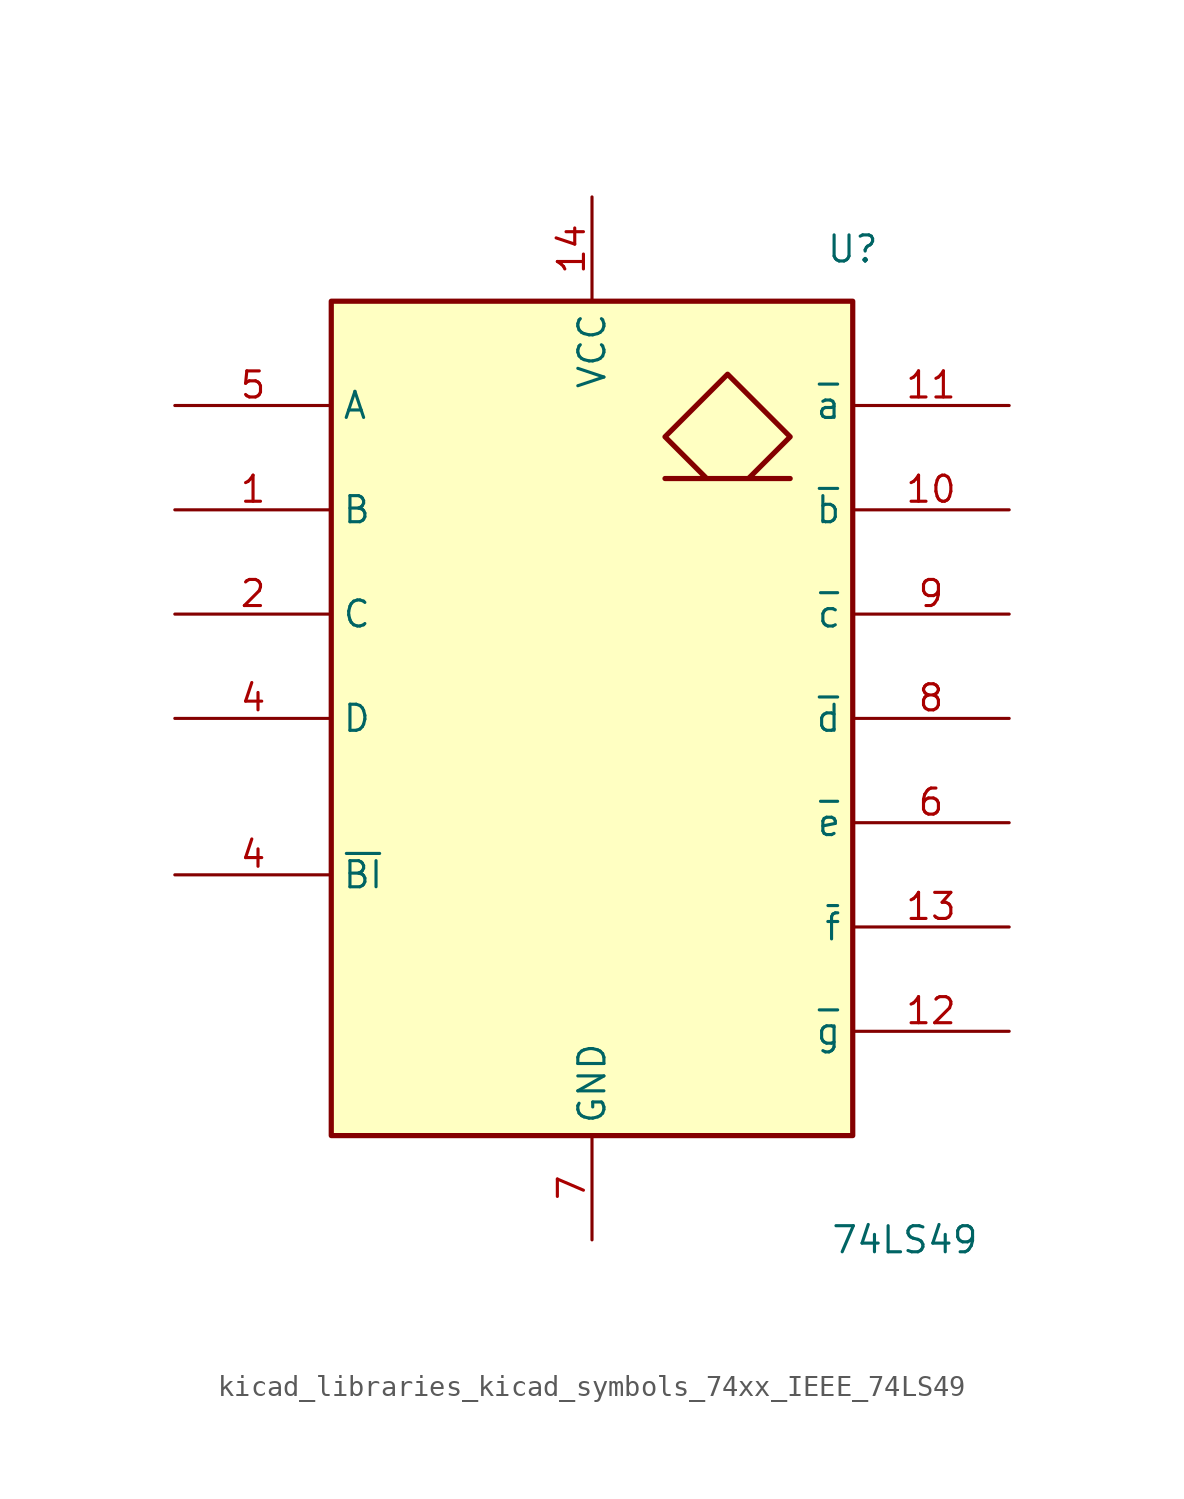
<source format=kicad_sym>
(kicad_symbol_lib
  (version 20220914)
  (generator kicad_symbol_editor)
  (symbol "kicad_libraries_kicad_symbols_74xx_IEEE_74LS49"
    (property "Reference" "U"
      (at 12.7 22.86 0)
      (effects (font (size 1.27 1.27))))
    (property "Value" "74LS49"
      (at 15.24 -25.4 0)
      (effects (font (size 1.27 1.27))))
    (symbol "kicad_libraries_kicad_symbols_74xx_IEEE_74LS49_0_0"
      (rectangle (start -12.7 20.32) (end 12.7 -20.32) (stroke (width 0.254) (type default)) (fill (type background)))
      (polyline (pts (xy 7.62 11.684) (xy 9.652 13.716) (xy 6.604 16.764) (xy 3.556 13.716) (xy 5.588 11.684) (xy 3.556 11.684) (xy 9.652 11.684) (xy 9.652 11.684)) (stroke (width 0.254) (type default)) (fill (type background)))
      (pin power_in line (at 0 25.4 270) (length 5.08) (name "VCC" (effects (font (size 1.27 1.27)))) (number "14" (effects (font (size 1.27 1.27)))))
      (pin power_in line (at 0 -25.4 90) (length 5.08) (name "GND" (effects (font (size 1.27 1.27)))) (number "7" (effects (font (size 1.27 1.27))))))
    (symbol "kicad_libraries_kicad_symbols_74xx_IEEE_74LS49_1_1"
      (pin input line (at -20.32 10.16 0) (length 7.62) (name "B" (effects (font (size 1.27 1.27)))) (number "1" (effects (font (size 1.27 1.27)))))
      (pin open_collector line (at 20.32 10.16 180) (length 7.62) (name "~{b}" (effects (font (size 1.27 1.27)))) (number "10" (effects (font (size 1.27 1.27)))))
      (pin open_collector line (at 20.32 15.24 180) (length 7.62) (name "~{a}" (effects (font (size 1.27 1.27)))) (number "11" (effects (font (size 1.27 1.27)))))
      (pin open_collector line (at 20.32 -15.24 180) (length 7.62) (name "~{g}" (effects (font (size 1.27 1.27)))) (number "12" (effects (font (size 1.27 1.27)))))
      (pin open_collector line (at 20.32 -10.16 180) (length 7.62) (name "~{f}" (effects (font (size 1.27 1.27)))) (number "13" (effects (font (size 1.27 1.27)))))
      (pin input line (at -20.32 5.08 0) (length 7.62) (name "C" (effects (font (size 1.27 1.27)))) (number "2" (effects (font (size 1.27 1.27)))))
      (pin input line (at -20.32 0 0) (length 7.62) (name "D" (effects (font (size 1.27 1.27)))) (number "4" (effects (font (size 1.27 1.27)))))
      (pin input line (at -20.32 -7.62 0) (length 7.62) (name "~{BI}" (effects (font (size 1.27 1.27)))) (number "4" (effects (font (size 1.27 1.27)))))
      (pin input line (at -20.32 15.24 0) (length 7.62) (name "A" (effects (font (size 1.27 1.27)))) (number "5" (effects (font (size 1.27 1.27)))))
      (pin open_collector line (at 20.32 -5.08 180) (length 7.62) (name "~{e}" (effects (font (size 1.27 1.27)))) (number "6" (effects (font (size 1.27 1.27)))))
      (pin open_collector line (at 20.32 0 180) (length 7.62) (name "~{d}" (effects (font (size 1.27 1.27)))) (number "8" (effects (font (size 1.27 1.27)))))
      (pin open_collector line (at 20.32 5.08 180) (length 7.62) (name "~{c}" (effects (font (size 1.27 1.27)))) (number "9" (effects (font (size 1.27 1.27))))))))
</source>
